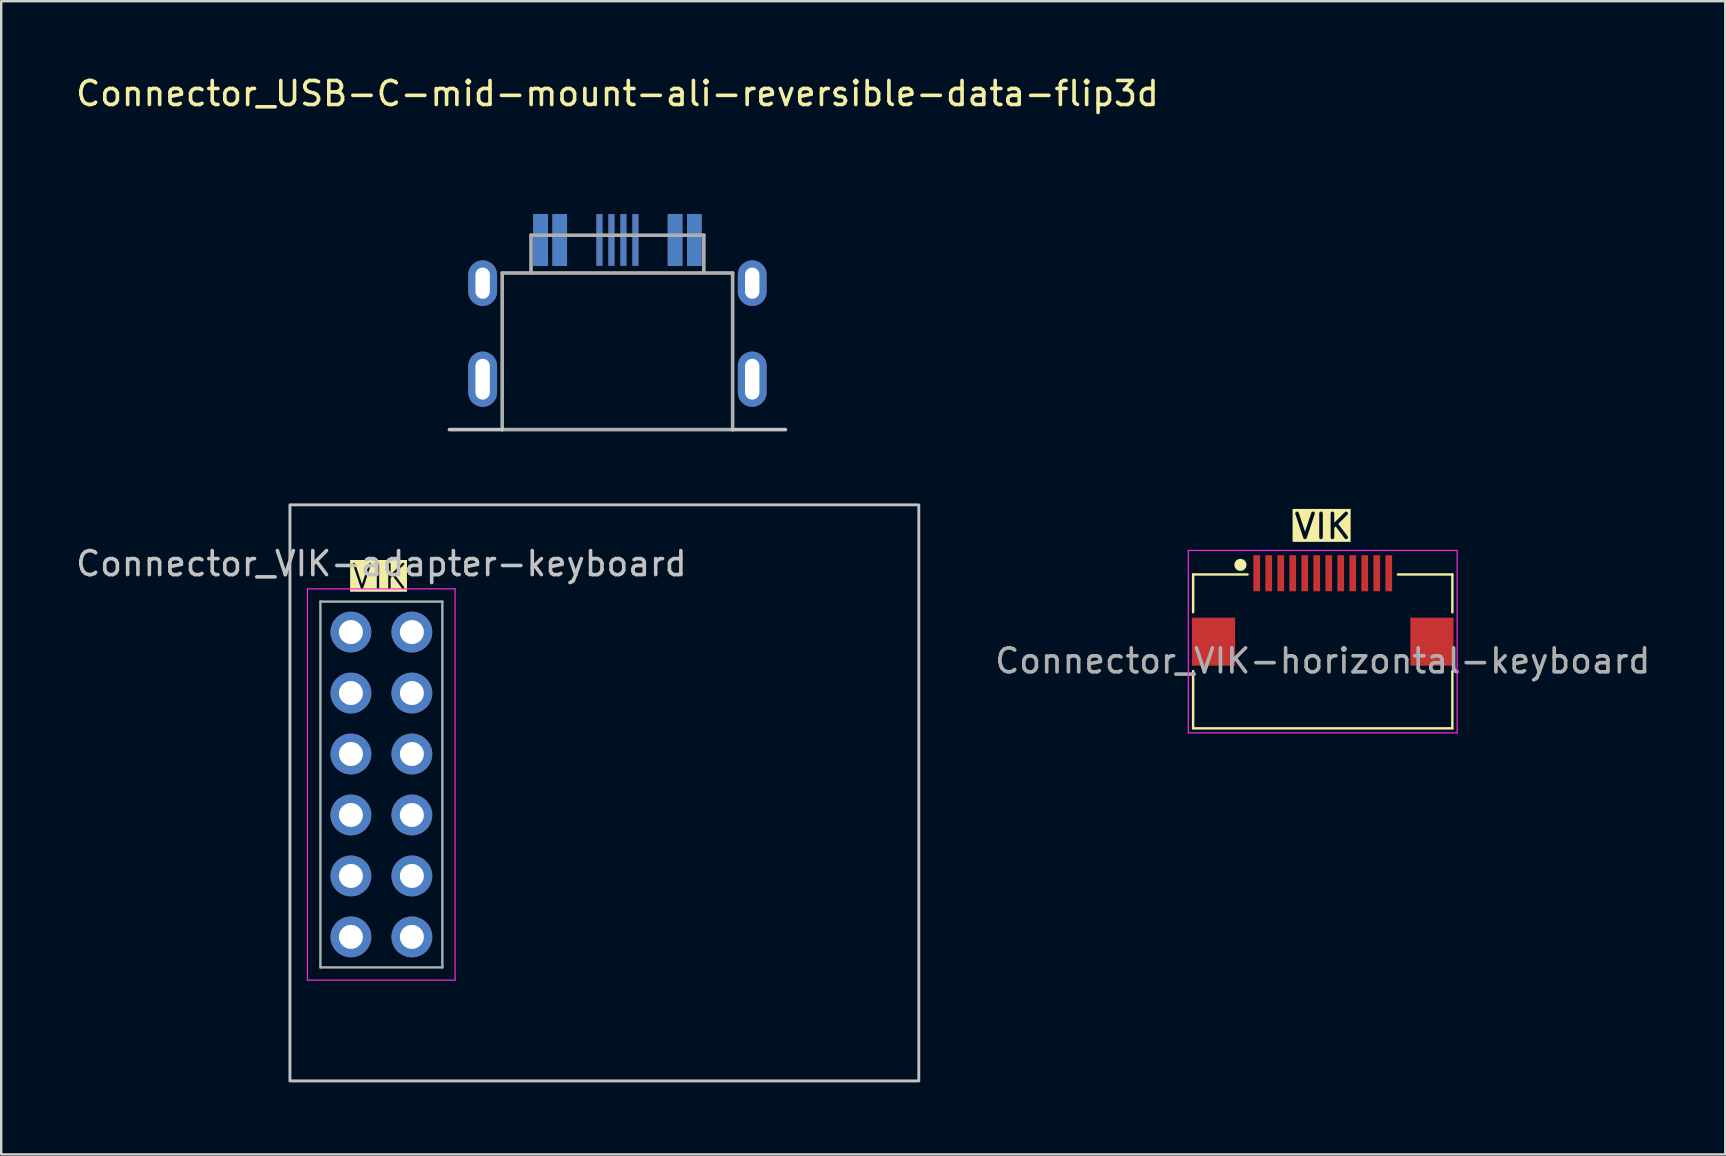
<source format=kicad_pcb>
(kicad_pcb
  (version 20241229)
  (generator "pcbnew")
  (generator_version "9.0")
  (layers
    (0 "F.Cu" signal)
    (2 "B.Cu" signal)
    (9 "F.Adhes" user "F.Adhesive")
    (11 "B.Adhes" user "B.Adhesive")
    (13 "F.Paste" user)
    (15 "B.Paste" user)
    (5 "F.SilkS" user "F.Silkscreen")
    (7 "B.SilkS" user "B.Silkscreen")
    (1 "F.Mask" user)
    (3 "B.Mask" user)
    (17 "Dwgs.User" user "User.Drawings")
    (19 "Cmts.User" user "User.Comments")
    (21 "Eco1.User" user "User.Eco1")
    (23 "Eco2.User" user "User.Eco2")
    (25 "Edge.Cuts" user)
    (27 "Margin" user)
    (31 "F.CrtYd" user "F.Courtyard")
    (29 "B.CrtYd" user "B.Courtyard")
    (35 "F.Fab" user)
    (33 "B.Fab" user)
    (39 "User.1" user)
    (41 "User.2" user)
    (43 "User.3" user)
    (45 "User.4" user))
  (footprint "Connector_USB-C-mid-mount-ali-reversible-data-flip3d"
    (layer "F.Cu")
    (at 22.673 10.098)
    (property "Reference" "Connector_USB-C-mid-mount-ali-reversible-data-flip3d" (at 0 -9.25 180) (layer "F.SilkS") (effects (font (size 1 1) (thickness 0.15))))
    (attr smd)
    (fp_line (start -4.8 4.75) (end -7 4.75) (stroke (width 0.15) (type solid)) (layer "Dwgs.User"))
    (fp_line (start 7 4.75) (end 4.8 4.75) (stroke (width 0.15) (type solid)) (layer "Dwgs.User"))
    (fp_line (start -4.8 -1.775) (end -4.8 4.75) (stroke (width 0.15) (type solid)) (layer "F.Fab"))
    (fp_line (start -3.6 -3.35) (end 3.6 -3.35) (stroke (width 0.15) (type solid)) (layer "F.Fab"))
    (fp_line (start -3.6 -1.775) (end -3.6 -3.35) (stroke (width 0.15) (type solid)) (layer "F.Fab"))
    (fp_line (start 3.6 -3.35) (end 3.6 -1.775) (stroke (width 0.15) (type solid)) (layer "F.Fab"))
    (fp_line (start 4.8 -1.775) (end -4.8 -1.775) (stroke (width 0.15) (type solid)) (layer "F.Fab"))
    (fp_line (start 4.8 -1.775) (end 4.8 4.75) (stroke (width 0.15) (type solid)) (layer "F.Fab"))
    (fp_line (start 4.8 4.75) (end -4.8 4.75) (stroke (width 0.15) (type solid)) (layer "F.Fab"))
    (pad "A1" smd rect (at -3.2 -3.15) (size 0.6 2.15) (layers "F.Cu" "F.Mask" "F.Paste"))
    (pad "A1" smd rect (at 3.2 -3.15) (size 0.6 2.15) (layers "B.Cu" "B.Mask" "B.Paste"))
    (pad "A4" smd rect (at -2.4 -3.15) (size 0.6 2.15) (layers "F.Cu" "F.Mask" "F.Paste"))
    (pad "A4" smd rect (at 2.4 -3.15) (size 0.6 2.15) (layers "B.Cu" "B.Mask" "B.Paste"))
    (pad "A6" smd rect (at -0.25 -3.15) (size 0.25 2.15) (layers "F.Cu" "F.Mask" "F.Paste"))
    (pad "A6" smd rect (at 0.25 -3.15) (size 0.25 2.15) (layers "B.Cu" "B.Mask" "B.Paste"))
    (pad "A7" smd rect (at -0.25 -3.15) (size 0.25 2.15) (layers "B.Cu" "B.Mask" "B.Paste"))
    (pad "A7" smd rect (at 0.25 -3.15) (size 0.25 2.15) (layers "F.Cu" "F.Mask" "F.Paste"))
    (pad "A9" smd rect (at -2.4 -3.15) (size 0.6 2.15) (layers "B.Cu" "B.Mask" "B.Paste"))
    (pad "A9" smd rect (at 2.4 -3.15) (size 0.6 2.15) (layers "F.Cu" "F.Mask" "F.Paste"))
    (pad "A12" smd rect (at -3.2 -3.15) (size 0.6 2.15) (layers "B.Cu" "B.Mask" "B.Paste"))
    (pad "A12" smd rect (at 3.2 -3.15) (size 0.6 2.15) (layers "F.Cu" "F.Mask" "F.Paste"))
    (pad "B1" smd rect (at -3.2 -3.15) (size 0.6 2.15) (layers "B.Cu" "B.Mask" "B.Paste"))
    (pad "B1" smd rect (at 3.2 -3.15) (size 0.6 2.15) (layers "F.Cu" "F.Mask" "F.Paste"))
    (pad "B4" smd rect (at -2.4 -3.15) (size 0.6 2.15) (layers "B.Cu" "B.Mask" "B.Paste"))
    (pad "B4" smd rect (at 2.4 -3.15) (size 0.6 2.15) (layers "F.Cu" "F.Mask" "F.Paste"))
    (pad "B6" smd rect (at -0.75 -3.15) (size 0.25 2.15) (layers "B.Cu" "B.Mask" "B.Paste"))
    (pad "B6" smd rect (at 0.75 -3.15) (size 0.25 2.15) (layers "F.Cu" "F.Mask" "F.Paste"))
    (pad "B7" smd rect (at -0.75 -3.15) (size 0.25 2.15) (layers "F.Cu" "F.Mask" "F.Paste"))
    (pad "B7" smd rect (at 0.75 -3.15) (size 0.25 2.15) (layers "B.Cu" "B.Mask" "B.Paste"))
    (pad "B9" smd rect (at -2.4 -3.15) (size 0.6 2.15) (layers "F.Cu" "F.Mask" "F.Paste"))
    (pad "B9" smd rect (at 2.4 -3.15) (size 0.6 2.15) (layers "B.Cu" "B.Mask" "B.Paste"))
    (pad "B12" smd rect (at -3.2 -3.15) (size 0.6 2.15) (layers "F.Cu" "F.Mask" "F.Paste"))
    (pad "B12" smd rect (at 3.2 -3.15) (size 0.6 2.15) (layers "B.Cu" "B.Mask" "B.Paste"))
    (pad "S1" thru_hole oval (at -5.615 -1.35) (size 1.2 1.9) (drill oval 0.6 1.3) (layers "*.Cu" "*.Mask"))
    (pad "S1" thru_hole oval (at -5.615 2.65) (size 1.2 2.3) (drill oval 0.6 1.7) (layers "*.Cu" "*.Mask"))
    (pad "S1" thru_hole oval (at 5.615 -1.35) (size 1.2 1.9) (drill oval 0.6 1.3) (layers "*.Cu" "*.Mask"))
    (pad "S1" thru_hole oval (at 5.615 2.65) (size 1.2 2.3) (drill oval 0.6 1.7) (layers "*.Cu" "*.Mask")))
  (footprint "Connector_VIK-adapter-keyboard"
    (layer "F.Cu")
    (at 11.569 35.983)
    (property "Reference" "Connector_VIK-adapter-keyboard" (at 1.27 -15.55 180) (layer "Dwgs.User") (effects (font (size 1 1) (thickness 0.15))))
    (attr through_hole)
    (fp_rect (start -2.54 6) (end 23.66 -18) (stroke (width 0.12) (type solid)) (fill no) (layer "Dwgs.User"))
    (fp_line (start -1.81 -14.5) (end -1.81 1.8) (stroke (width 0.05) (type solid)) (layer "F.CrtYd"))
    (fp_line (start -1.81 1.8) (end 4.34 1.8) (stroke (width 0.05) (type solid)) (layer "F.CrtYd"))
    (fp_line (start 4.34 -14.5) (end -1.81 -14.5) (stroke (width 0.05) (type solid)) (layer "F.CrtYd"))
    (fp_line (start 4.34 1.8) (end 4.34 -14.5) (stroke (width 0.05) (type solid)) (layer "F.CrtYd"))
    (fp_line (start -1.27 -13.97) (end 3.81 -13.97) (stroke (width 0.1) (type solid)) (layer "F.Fab"))
    (fp_line (start -1.27 1.27) (end -1.27 -13.97) (stroke (width 0.1) (type solid)) (layer "F.Fab"))
    (fp_line (start 3.81 -13.97) (end 3.81 1.27) (stroke (width 0.1) (type solid)) (layer "F.Fab"))
    (fp_line (start 3.81 1.27) (end -1.27 1.27) (stroke (width 0.1) (type solid)) (layer "F.Fab"))
    (fp_text user "VIK" (at 1.2 -15 180) (layer "F.SilkS" knockout) (effects (font (size 1 1) (thickness 0.1))))
    (pad "1" thru_hole oval (at 0 0 180) (size 1.7 1.7) (drill 1) (layers "*.Cu" "*.Mask"))
    (pad "2" thru_hole circle (at 2.54 0 180) (size 1.7 1.7) (drill 1) (layers "*.Cu" "*.Mask"))
    (pad "3" thru_hole oval (at 0 -2.54 180) (size 1.7 1.7) (drill 1) (layers "*.Cu" "*.Mask"))
    (pad "4" thru_hole oval (at 2.54 -2.54 180) (size 1.7 1.7) (drill 1) (layers "*.Cu" "*.Mask"))
    (pad "5" thru_hole oval (at 0 -5.08 180) (size 1.7 1.7) (drill 1) (layers "*.Cu" "*.Mask"))
    (pad "6" thru_hole oval (at 2.54 -5.08 180) (size 1.7 1.7) (drill 1) (layers "*.Cu" "*.Mask"))
    (pad "7" thru_hole oval (at 0 -7.62 180) (size 1.7 1.7) (drill 1) (layers "*.Cu" "*.Mask"))
    (pad "8" thru_hole oval (at 2.54 -7.62 180) (size 1.7 1.7) (drill 1) (layers "*.Cu" "*.Mask"))
    (pad "9" thru_hole oval (at 0 -10.16 180) (size 1.7 1.7) (drill 1) (layers "*.Cu" "*.Mask"))
    (pad "10" thru_hole oval (at 2.54 -10.16 180) (size 1.7 1.7) (drill 1) (layers "*.Cu" "*.Mask"))
    (pad "11" thru_hole oval (at 0 -12.7 180) (size 1.7 1.7) (drill 1) (layers "*.Cu" "*.Mask"))
    (pad "12" thru_hole oval (at 2.54 -12.7 180) (size 1.7 1.7) (drill 1) (layers "*.Cu" "*.Mask")))
  (footprint "Connector_VIK-horizontal-keyboard"
    (layer "F.Cu")
    (at 52.057 23.683)
    (property "Reference" "Connector_VIK-horizontal-keyboard" (at 0 0.8 0) (layer "F.Fab") (effects (font (size 1 1) (thickness 0.15))))
    (attr smd)
    (fp_line (start -5.4 -2.8) (end -3.131 -2.8) (stroke (width 0.1) (type solid)) (layer "F.SilkS"))
    (fp_line (start -5.4 -1.225) (end -5.4 -2.8) (stroke (width 0.1) (type solid)) (layer "F.SilkS"))
    (fp_line (start -5.4 3.609) (end -5.4 1.226) (stroke (width 0.1) (type solid)) (layer "F.SilkS"))
    (fp_line (start 5.4 -2.8) (end 3.131 -2.8) (stroke (width 0.1) (type solid)) (layer "F.SilkS"))
    (fp_line (start 5.4 -1.225) (end 5.4 -2.8) (stroke (width 0.1) (type solid)) (layer "F.SilkS"))
    (fp_line (start 5.4 3.609) (end -5.4 3.609) (stroke (width 0.1) (type solid)) (layer "F.SilkS"))
    (fp_line (start 5.4 3.609) (end 5.4 1.226) (stroke (width 0.1) (type solid)) (layer "F.SilkS"))
    (fp_circle (center -3.429 -3.2) (end -3.302 -3.2) (stroke (width 0.254) (type solid)) (fill no) (layer "F.SilkS"))
    (fp_line (start -5.6 -3.8) (end -5.6 3.8) (stroke (width 0.05) (type solid)) (layer "F.CrtYd"))
    (fp_line (start -5.6 3.8) (end 5.6 3.8) (stroke (width 0.05) (type solid)) (layer "F.CrtYd"))
    (fp_line (start 5.6 -3.8) (end -5.6 -3.8) (stroke (width 0.05) (type solid)) (layer "F.CrtYd"))
    (fp_line (start 5.6 3.8) (end 5.6 -3.8) (stroke (width 0.05) (type solid)) (layer "F.CrtYd"))
    (fp_text user "VIK" (at 0 -4.8 0) (unlocked yes) (layer "F.SilkS" knockout) (effects (font (size 1 1) (thickness 0.15))))
    (fp_text user "C479750" (at 0 -0.6 0) (layer "User.2") (effects (font (size 1 1) (thickness 0.15))))
    (pad "1" smd rect (at -2.75 -2.85) (size 0.28 1.5) (layers "F.Cu" "F.Mask" "F.Paste"))
    (pad "2" smd rect (at -2.25 -2.85) (size 0.28 1.5) (layers "F.Cu" "F.Mask" "F.Paste"))
    (pad "3" smd rect (at -1.75 -2.85) (size 0.28 1.5) (layers "F.Cu" "F.Mask" "F.Paste"))
    (pad "4" smd rect (at -1.25 -2.85) (size 0.28 1.5) (layers "F.Cu" "F.Mask" "F.Paste"))
    (pad "5" smd rect (at -0.75 -2.85) (size 0.28 1.5) (layers "F.Cu" "F.Mask" "F.Paste"))
    (pad "6" smd rect (at -0.25 -2.85) (size 0.28 1.5) (layers "F.Cu" "F.Mask" "F.Paste"))
    (pad "7" smd rect (at 0.25 -2.85) (size 0.28 1.5) (layers "F.Cu" "F.Mask" "F.Paste"))
    (pad "8" smd rect (at 0.75 -2.85) (size 0.28 1.5) (layers "F.Cu" "F.Mask" "F.Paste"))
    (pad "9" smd rect (at 1.25 -2.85) (size 0.28 1.5) (layers "F.Cu" "F.Mask" "F.Paste"))
    (pad "10" smd rect (at 1.75 -2.85) (size 0.28 1.5) (layers "F.Cu" "F.Mask" "F.Paste"))
    (pad "11" smd rect (at 2.25 -2.85) (size 0.28 1.5) (layers "F.Cu" "F.Mask" "F.Paste"))
    (pad "12" smd rect (at 2.75 -2.85) (size 0.28 1.5) (layers "F.Cu" "F.Mask" "F.Paste"))
    (pad "MP" smd rect (at -4.55 0) (size 1.8 2) (layers "F.Cu" "F.Mask" "F.Paste"))
    (pad "MP" smd rect (at 4.55 0) (size 1.8 2) (layers "F.Cu" "F.Mask" "F.Paste")))
  (gr_rect
    (start -3 -3)
    (end 68.825 45.043)
    (stroke (width 0.1) (type default))
    (fill no)
    (layer "Edge.Cuts")))
</source>
